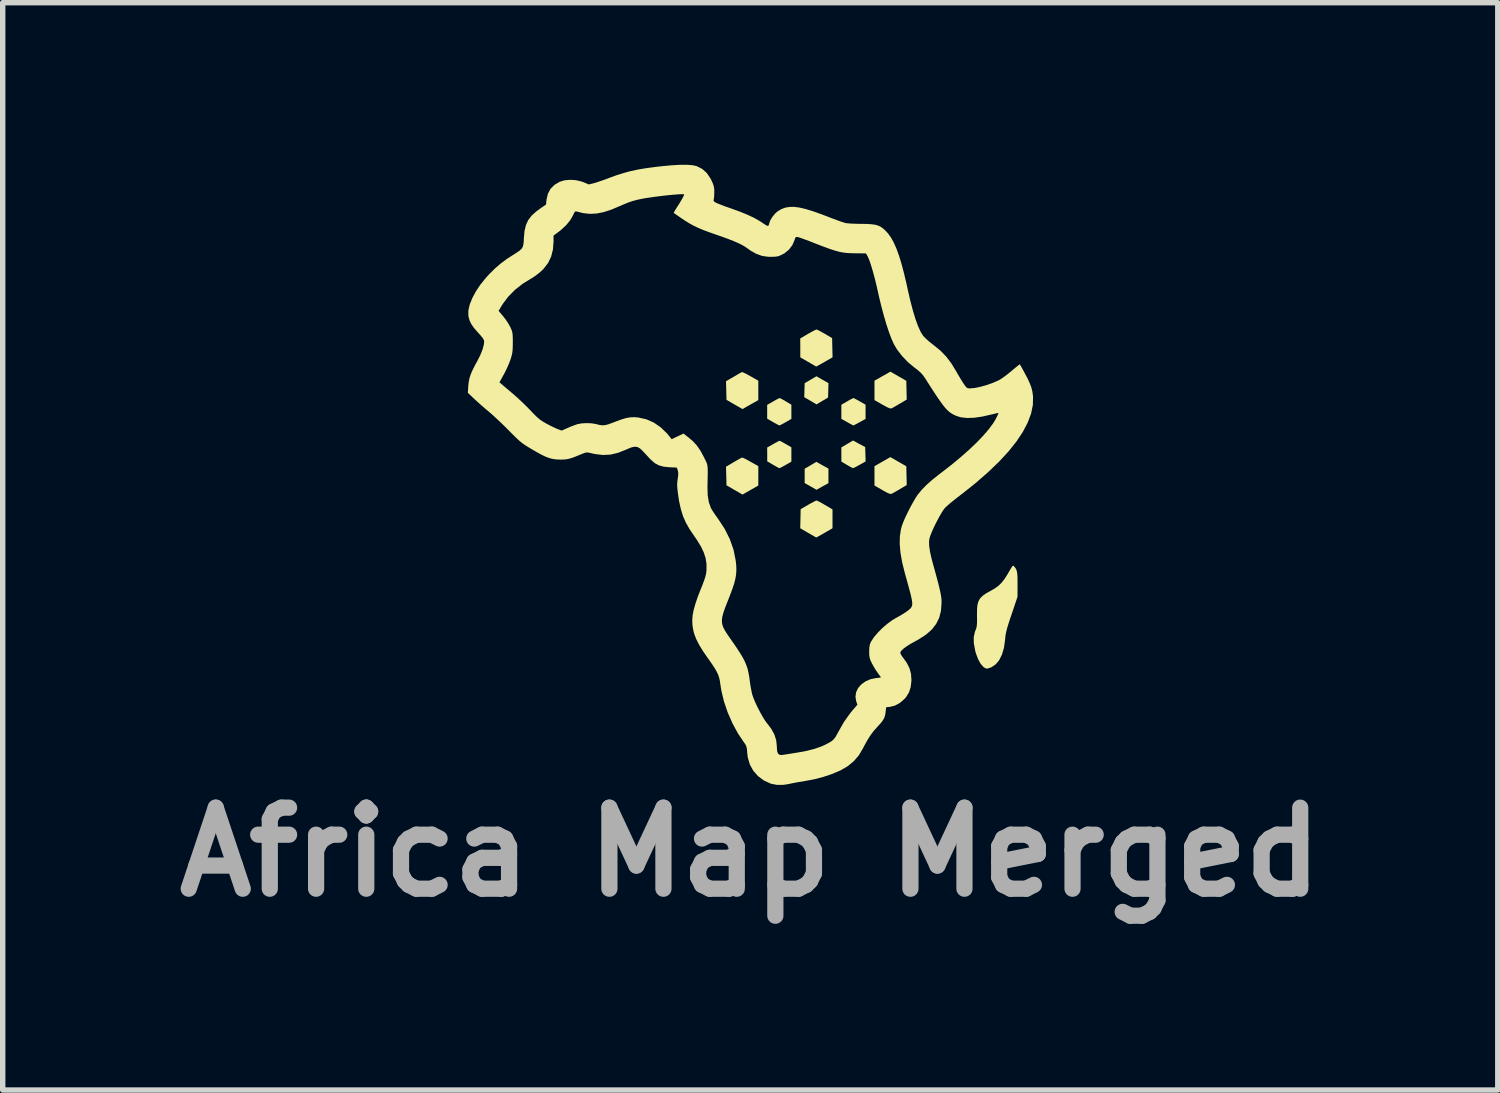
<source format=kicad_pcb>
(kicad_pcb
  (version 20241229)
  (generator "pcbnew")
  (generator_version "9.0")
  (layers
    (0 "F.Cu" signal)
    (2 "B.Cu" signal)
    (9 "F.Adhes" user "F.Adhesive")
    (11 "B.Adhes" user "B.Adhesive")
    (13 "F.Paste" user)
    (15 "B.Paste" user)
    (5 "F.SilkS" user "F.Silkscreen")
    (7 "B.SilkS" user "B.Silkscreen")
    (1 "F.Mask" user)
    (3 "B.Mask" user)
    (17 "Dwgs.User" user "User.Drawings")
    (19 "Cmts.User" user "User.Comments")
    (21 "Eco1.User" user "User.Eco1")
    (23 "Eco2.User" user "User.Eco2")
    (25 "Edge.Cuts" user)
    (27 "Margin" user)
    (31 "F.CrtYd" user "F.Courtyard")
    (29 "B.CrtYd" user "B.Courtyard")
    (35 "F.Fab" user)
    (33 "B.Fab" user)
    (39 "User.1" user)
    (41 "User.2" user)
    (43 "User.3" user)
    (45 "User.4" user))
  (footprint "Africa Map Merged"
    (layer "F.Cu")
    (at 10.836 5.735)
    (property "Reference" "Africa Map Merged" (at 0 6.985 0) (layer "F.Fab") (effects (font (size 1.5 1.5) (thickness 0.3))))
    (attr board_only exclude_from_pos_files exclude_from_bom)
    (fp_poly (pts (xy 1.335 -0.174) (xy 1.447 -0.112) (xy 1.447 0.022) (xy 1.447 0.157) (xy 1.336 0.218) (xy 1.226 0.28) (xy 1.117 0.218) (xy 1.007 0.156) (xy 1.007 0.023) (xy 1.007 -0.109) (xy 1.115 -0.173) (xy 1.223 -0.237)) (stroke (width 0) (type solid)) (fill yes) (layer "F.SilkS"))
    (fp_poly (pts (xy 1.336 -1.757) (xy 1.447 -1.694) (xy 1.444 -1.561) (xy 1.44 -1.428) (xy 1.333 -1.364) (xy 1.226 -1.301) (xy 1.112 -1.368) (xy 0.999 -1.434) (xy 1.003 -1.563) (xy 1.007 -1.693) (xy 1.116 -1.757) (xy 1.225 -1.821)) (stroke (width 0) (type solid)) (fill yes) (layer "F.SilkS"))
    (fp_poly (pts (xy -0.135 -1.893) (xy -0.097 -1.876) (xy -0.045 -1.849) (xy 0.005 -1.821) (xy 0.149 -1.739) (xy 0.149 -1.56) (xy 0.149 -1.38) (xy 0.002 -1.297) (xy -0.144 -1.214) (xy -0.292 -1.299) (xy -0.44 -1.385) (xy -0.444 -1.557) (xy -0.449 -1.729) (xy -0.308 -1.811) (xy -0.25 -1.845) (xy -0.201 -1.874) (xy -0.166 -1.892) (xy -0.153 -1.898)) (stroke (width 0) (type solid)) (fill yes) (layer "F.SilkS"))
    (fp_poly (pts (xy -0.135 -0.311) (xy -0.097 -0.294) (xy -0.045 -0.267) (xy 0.005 -0.239) (xy 0.149 -0.157) (xy 0.149 0.022) (xy 0.149 0.201) (xy 0.002 0.285) (xy -0.144 0.368) (xy -0.292 0.283) (xy -0.44 0.197) (xy -0.444 0.025) (xy -0.449 -0.147) (xy -0.308 -0.23) (xy -0.25 -0.264) (xy -0.201 -0.292) (xy -0.166 -0.31) (xy -0.153 -0.316)) (stroke (width 0) (type solid)) (fill yes) (layer "F.SilkS"))
    (fp_poly (pts (xy 2.014 -0.571) (xy 2.127 -0.51) (xy 2.131 -0.378) (xy 2.135 -0.245) (xy 2.024 -0.182) (xy 1.973 -0.154) (xy 1.931 -0.132) (xy 1.905 -0.122) (xy 1.901 -0.121) (xy 1.883 -0.129) (xy 1.846 -0.148) (xy 1.798 -0.176) (xy 1.787 -0.182) (xy 1.686 -0.242) (xy 1.686 -0.373) (xy 1.686 -0.504) (xy 1.794 -0.568) (xy 1.902 -0.632)) (stroke (width 0) (type solid)) (fill yes) (layer "F.SilkS"))
    (fp_poly (pts (xy 2.74 -1.822) (xy 2.888 -1.737) (xy 2.892 -1.563) (xy 2.896 -1.39) (xy 2.773 -1.317) (xy 2.715 -1.283) (xy 2.665 -1.254) (xy 2.629 -1.234) (xy 2.619 -1.229) (xy 2.601 -1.225) (xy 2.575 -1.23) (xy 2.536 -1.247) (xy 2.48 -1.277) (xy 2.444 -1.297) (xy 2.299 -1.38) (xy 2.299 -1.56) (xy 2.299 -1.739) (xy 2.446 -1.823) (xy 2.593 -1.906)) (stroke (width 0) (type solid)) (fill yes) (layer "F.SilkS"))
    (fp_poly (pts (xy 2.74 -0.24) (xy 2.888 -0.155) (xy 2.892 0.018) (xy 2.896 0.192) (xy 2.773 0.265) (xy 2.715 0.299) (xy 2.665 0.328) (xy 2.629 0.348) (xy 2.619 0.353) (xy 2.601 0.357) (xy 2.575 0.352) (xy 2.536 0.335) (xy 2.48 0.305) (xy 2.444 0.285) (xy 2.299 0.201) (xy 2.299 0.022) (xy 2.299 -0.157) (xy 2.446 -0.241) (xy 2.593 -0.325)) (stroke (width 0) (type solid)) (fill yes) (layer "F.SilkS"))
    (fp_poly (pts (xy 0.56 -0.62) (xy 0.596 -0.601) (xy 0.644 -0.574) (xy 0.658 -0.566) (xy 0.761 -0.506) (xy 0.761 -0.374) (xy 0.761 -0.241) (xy 0.655 -0.18) (xy 0.605 -0.152) (xy 0.565 -0.131) (xy 0.542 -0.12) (xy 0.54 -0.12) (xy 0.523 -0.127) (xy 0.488 -0.146) (xy 0.44 -0.173) (xy 0.422 -0.183) (xy 0.314 -0.246) (xy 0.314 -0.374) (xy 0.313 -0.502) (xy 0.422 -0.564) (xy 0.474 -0.593) (xy 0.515 -0.615) (xy 0.54 -0.626) (xy 0.543 -0.627)) (stroke (width 0) (type solid)) (fill yes) (layer "F.SilkS"))
    (fp_poly (pts (xy 0.561 -1.411) (xy 0.596 -1.392) (xy 0.644 -1.365) (xy 0.658 -1.356) (xy 0.761 -1.295) (xy 0.761 -1.164) (xy 0.761 -1.032) (xy 0.655 -0.971) (xy 0.605 -0.943) (xy 0.565 -0.922) (xy 0.542 -0.911) (xy 0.54 -0.911) (xy 0.523 -0.918) (xy 0.487 -0.937) (xy 0.439 -0.963) (xy 0.422 -0.973) (xy 0.313 -1.036) (xy 0.313 -1.164) (xy 0.313 -1.292) (xy 0.424 -1.355) (xy 0.475 -1.384) (xy 0.516 -1.405) (xy 0.541 -1.417) (xy 0.544 -1.418)) (stroke (width 0) (type solid)) (fill yes) (layer "F.SilkS"))
    (fp_poly (pts (xy 1.245 0.485) (xy 1.283 0.504) (xy 1.335 0.533) (xy 1.382 0.56) (xy 1.522 0.643) (xy 1.522 0.818) (xy 1.522 0.992) (xy 1.374 1.078) (xy 1.315 1.112) (xy 1.266 1.139) (xy 1.233 1.157) (xy 1.221 1.163) (xy 1.207 1.155) (xy 1.173 1.136) (xy 1.123 1.107) (xy 1.071 1.077) (xy 0.925 0.992) (xy 0.929 0.815) (xy 0.933 0.638) (xy 1.072 0.558) (xy 1.13 0.525) (xy 1.18 0.499) (xy 1.214 0.482) (xy 1.226 0.478)) (stroke (width 0) (type solid)) (fill yes) (layer "F.SilkS"))
    (fp_poly (pts (xy 1.247 -2.679) (xy 1.286 -2.659) (xy 1.339 -2.63) (xy 1.38 -2.607) (xy 1.515 -2.527) (xy 1.519 -2.349) (xy 1.523 -2.171) (xy 1.374 -2.086) (xy 1.315 -2.052) (xy 1.266 -2.025) (xy 1.233 -2.007) (xy 1.221 -2.001) (xy 1.207 -2.009) (xy 1.173 -2.028) (xy 1.123 -2.057) (xy 1.071 -2.087) (xy 0.926 -2.171) (xy 0.926 -2.346) (xy 0.925 -2.521) (xy 1.066 -2.604) (xy 1.125 -2.637) (xy 1.175 -2.664) (xy 1.212 -2.681) (xy 1.226 -2.686)) (stroke (width 0) (type solid)) (fill yes) (layer "F.SilkS"))
    (fp_poly (pts (xy 1.927 -1.411) (xy 1.963 -1.392) (xy 2.012 -1.365) (xy 2.028 -1.356) (xy 2.134 -1.294) (xy 2.134 -1.163) (xy 2.134 -1.032) (xy 2.024 -0.971) (xy 1.973 -0.943) (xy 1.933 -0.922) (xy 1.911 -0.912) (xy 1.908 -0.911) (xy 1.894 -0.918) (xy 1.859 -0.936) (xy 1.812 -0.962) (xy 1.795 -0.972) (xy 1.686 -1.032) (xy 1.686 -1.163) (xy 1.686 -1.294) (xy 1.793 -1.356) (xy 1.843 -1.385) (xy 1.884 -1.406) (xy 1.907 -1.417) (xy 1.91 -1.418)) (stroke (width 0) (type solid)) (fill yes) (layer "F.SilkS"))
    (fp_poly (pts (xy 4.874 1.688) (xy 4.883 1.698) (xy 4.907 1.727) (xy 4.924 1.757) (xy 4.935 1.792) (xy 4.942 1.839) (xy 4.946 1.902) (xy 4.947 1.988) (xy 4.947 2.03) (xy 4.946 2.261) (xy 4.838 2.582) (xy 4.801 2.691) (xy 4.773 2.778) (xy 4.752 2.848) (xy 4.738 2.906) (xy 4.727 2.958) (xy 4.72 3.01) (xy 4.716 3.06) (xy 4.695 3.206) (xy 4.658 3.331) (xy 4.607 3.434) (xy 4.541 3.512) (xy 4.461 3.566) (xy 4.4 3.587) (xy 4.364 3.588) (xy 4.327 3.568) (xy 4.313 3.557) (xy 4.262 3.498) (xy 4.216 3.413) (xy 4.176 3.306) (xy 4.163 3.257) (xy 4.138 3.124) (xy 4.136 3.007) (xy 4.158 2.908) (xy 4.167 2.886) (xy 4.18 2.853) (xy 4.189 2.821) (xy 4.194 2.782) (xy 4.197 2.731) (xy 4.197 2.66) (xy 4.196 2.607) (xy 4.197 2.497) (xy 4.204 2.412) (xy 4.223 2.344) (xy 4.254 2.289) (xy 4.302 2.241) (xy 4.37 2.194) (xy 4.451 2.149) (xy 4.53 2.103) (xy 4.594 2.056) (xy 4.65 2.002) (xy 4.703 1.935) (xy 4.758 1.849) (xy 4.794 1.787) (xy 4.826 1.732) (xy 4.847 1.7) (xy 4.862 1.687)) (stroke (width 0) (type solid)) (fill yes) (layer "F.SilkS"))
    (fp_poly (pts (xy -1.068 -5.727) (xy -0.993 -5.711) (xy -0.987 -5.708) (xy -0.889 -5.658) (xy -0.807 -5.585) (xy -0.739 -5.486) (xy -0.722 -5.454) (xy -0.692 -5.389) (xy -0.675 -5.337) (xy -0.667 -5.285) (xy -0.666 -5.242) (xy -0.667 -5.183) (xy -0.67 -5.131) (xy -0.675 -5.101) (xy -0.68 -5.073) (xy -0.669 -5.055) (xy -0.638 -5.035) (xy -0.63 -5.031) (xy -0.596 -5.016) (xy -0.54 -4.994) (xy -0.47 -4.967) (xy -0.39 -4.939) (xy -0.35 -4.925) (xy -0.185 -4.865) (xy -0.046 -4.808) (xy 0.071 -4.753) (xy 0.169 -4.697) (xy 0.207 -4.673) (xy 0.265 -4.634) (xy 0.303 -4.611) (xy 0.326 -4.604) (xy 0.339 -4.611) (xy 0.346 -4.631) (xy 0.349 -4.646) (xy 0.371 -4.708) (xy 0.412 -4.775) (xy 0.464 -4.837) (xy 0.513 -4.878) (xy 0.579 -4.916) (xy 0.649 -4.942) (xy 0.726 -4.955) (xy 0.813 -4.956) (xy 0.912 -4.943) (xy 1.027 -4.916) (xy 1.161 -4.875) (xy 1.316 -4.82) (xy 1.431 -4.776) (xy 1.519 -4.742) (xy 1.602 -4.711) (xy 1.674 -4.685) (xy 1.73 -4.667) (xy 1.761 -4.657) (xy 1.8 -4.652) (xy 1.862 -4.647) (xy 1.938 -4.644) (xy 2.022 -4.642) (xy 2.053 -4.642) (xy 2.164 -4.64) (xy 2.251 -4.634) (xy 2.32 -4.624) (xy 2.376 -4.606) (xy 2.424 -4.581) (xy 2.471 -4.545) (xy 2.488 -4.53) (xy 2.548 -4.467) (xy 2.603 -4.391) (xy 2.655 -4.297) (xy 2.705 -4.185) (xy 2.753 -4.053) (xy 2.801 -3.897) (xy 2.848 -3.717) (xy 2.897 -3.509) (xy 2.91 -3.447) (xy 2.96 -3.228) (xy 3.01 -3.037) (xy 3.059 -2.876) (xy 3.107 -2.745) (xy 3.154 -2.642) (xy 3.198 -2.572) (xy 3.229 -2.538) (xy 3.278 -2.492) (xy 3.337 -2.442) (xy 3.399 -2.394) (xy 3.52 -2.295) (xy 3.624 -2.188) (xy 3.717 -2.067) (xy 3.805 -1.923) (xy 3.846 -1.852) (xy 3.889 -1.779) (xy 3.929 -1.715) (xy 3.945 -1.69) (xy 3.978 -1.642) (xy 4.001 -1.615) (xy 4.023 -1.601) (xy 4.05 -1.597) (xy 4.071 -1.597) (xy 4.155 -1.604) (xy 4.256 -1.625) (xy 4.367 -1.656) (xy 4.48 -1.695) (xy 4.587 -1.741) (xy 4.612 -1.754) (xy 4.651 -1.778) (xy 4.706 -1.817) (xy 4.769 -1.865) (xy 4.833 -1.917) (xy 4.835 -1.919) (xy 4.891 -1.966) (xy 4.938 -2.005) (xy 4.972 -2.031) (xy 4.989 -2.042) (xy 4.99 -2.042) (xy 4.998 -2.028) (xy 5.018 -1.993) (xy 5.046 -1.942) (xy 5.078 -1.882) (xy 5.134 -1.777) (xy 5.174 -1.689) (xy 5.203 -1.613) (xy 5.221 -1.541) (xy 5.231 -1.467) (xy 5.234 -1.439) (xy 5.23 -1.288) (xy 5.197 -1.129) (xy 5.135 -0.964) (xy 5.045 -0.792) (xy 4.927 -0.614) (xy 4.78 -0.43) (xy 4.605 -0.241) (xy 4.402 -0.046) (xy 4.172 0.155) (xy 3.914 0.36) (xy 3.855 0.405) (xy 3.783 0.461) (xy 3.714 0.517) (xy 3.655 0.567) (xy 3.611 0.608) (xy 3.596 0.624) (xy 3.564 0.668) (xy 3.525 0.732) (xy 3.481 0.811) (xy 3.436 0.897) (xy 3.394 0.984) (xy 3.358 1.065) (xy 3.331 1.134) (xy 3.316 1.184) (xy 3.315 1.184) (xy 3.309 1.248) (xy 3.312 1.326) (xy 3.326 1.42) (xy 3.351 1.535) (xy 3.382 1.653) (xy 3.423 1.8) (xy 3.456 1.922) (xy 3.482 2.022) (xy 3.502 2.103) (xy 3.517 2.17) (xy 3.528 2.225) (xy 3.535 2.271) (xy 3.539 2.313) (xy 3.54 2.354) (xy 3.54 2.38) (xy 3.529 2.523) (xy 3.496 2.651) (xy 3.439 2.765) (xy 3.358 2.869) (xy 3.25 2.963) (xy 3.115 3.05) (xy 3.062 3.079) (xy 2.966 3.132) (xy 2.887 3.182) (xy 2.827 3.228) (xy 2.789 3.266) (xy 2.776 3.296) (xy 2.785 3.322) (xy 2.807 3.359) (xy 2.818 3.373) (xy 2.895 3.48) (xy 2.947 3.582) (xy 2.975 3.686) (xy 2.983 3.798) (xy 2.982 3.826) (xy 2.968 3.937) (xy 2.938 4.029) (xy 2.888 4.111) (xy 2.857 4.148) (xy 2.772 4.223) (xy 2.679 4.274) (xy 2.593 4.296) (xy 2.515 4.305) (xy 2.504 4.399) (xy 2.496 4.452) (xy 2.481 4.499) (xy 2.457 4.543) (xy 2.419 4.594) (xy 2.364 4.655) (xy 2.342 4.679) (xy 2.278 4.752) (xy 2.221 4.829) (xy 2.165 4.918) (xy 2.106 5.026) (xy 2.085 5.067) (xy 2.009 5.195) (xy 1.916 5.303) (xy 1.803 5.396) (xy 1.667 5.475) (xy 1.506 5.543) (xy 1.502 5.544) (xy 1.34 5.598) (xy 1.18 5.639) (xy 1.009 5.671) (xy 0.963 5.679) (xy 0.886 5.691) (xy 0.81 5.705) (xy 0.747 5.718) (xy 0.717 5.725) (xy 0.608 5.742) (xy 0.497 5.742) (xy 0.395 5.723) (xy 0.377 5.718) (xy 0.25 5.659) (xy 0.143 5.579) (xy 0.056 5.48) (xy -0.008 5.364) (xy -0.046 5.235) (xy -0.056 5.152) (xy -0.061 5.087) (xy -0.069 5.042) (xy -0.081 5.008) (xy -0.102 4.975) (xy -0.115 4.957) (xy -0.228 4.789) (xy -0.33 4.601) (xy -0.418 4.4) (xy -0.488 4.194) (xy -0.536 3.991) (xy -0.553 3.884) (xy -0.562 3.818) (xy -0.575 3.761) (xy -0.593 3.706) (xy -0.619 3.65) (xy -0.655 3.587) (xy -0.703 3.513) (xy -0.767 3.421) (xy -0.791 3.388) (xy -0.879 3.26) (xy -0.947 3.148) (xy -0.998 3.048) (xy -1.034 2.957) (xy -1.051 2.895) (xy -1.068 2.802) (xy -1.074 2.71) (xy -1.068 2.613) (xy -1.049 2.509) (xy -1.016 2.391) (xy -0.97 2.256) (xy -0.922 2.134) (xy -0.883 2.037) (xy -0.855 1.961) (xy -0.835 1.902) (xy -0.822 1.853) (xy -0.814 1.809) (xy -0.81 1.765) (xy -0.81 1.761) (xy -0.81 1.65) (xy -0.827 1.544) (xy -0.861 1.438) (xy -0.915 1.326) (xy -0.991 1.203) (xy -1.037 1.136) (xy -1.124 1.008) (xy -1.192 0.888) (xy -1.245 0.767) (xy -1.285 0.637) (xy -1.317 0.493) (xy -1.336 0.366) (xy -1.347 0.281) (xy -1.352 0.217) (xy -1.353 0.163) (xy -1.348 0.113) (xy -1.343 0.08) (xy -1.334 0.013) (xy -1.333 -0.036) (xy -1.341 -0.077) (xy -1.342 -0.079) (xy -1.359 -0.131) (xy -1.497 -0.137) (xy -1.604 -0.148) (xy -1.691 -0.172) (xy -1.766 -0.212) (xy -1.837 -0.274) (xy -1.858 -0.295) (xy -1.906 -0.347) (xy -1.957 -0.402) (xy -1.993 -0.44) (xy -2.041 -0.486) (xy -2.087 -0.511) (xy -2.136 -0.518) (xy -2.195 -0.506) (xy -2.27 -0.476) (xy -2.296 -0.464) (xy -2.445 -0.405) (xy -2.587 -0.371) (xy -2.729 -0.364) (xy -2.877 -0.382) (xy -2.944 -0.397) (xy -2.991 -0.408) (xy -3.026 -0.411) (xy -3.059 -0.405) (xy -3.104 -0.388) (xy -3.123 -0.38) (xy -3.214 -0.343) (xy -3.283 -0.316) (xy -3.339 -0.298) (xy -3.388 -0.287) (xy -3.436 -0.281) (xy -3.491 -0.279) (xy -3.515 -0.279) (xy -3.586 -0.281) (xy -3.651 -0.29) (xy -3.716 -0.306) (xy -3.786 -0.332) (xy -3.866 -0.37) (xy -3.96 -0.422) (xy -4.044 -0.471) (xy -4.113 -0.512) (xy -4.17 -0.548) (xy -4.218 -0.582) (xy -4.265 -0.619) (xy -4.314 -0.664) (xy -4.372 -0.72) (xy -4.444 -0.792) (xy -4.469 -0.818) (xy -4.547 -0.896) (xy -4.63 -0.976) (xy -4.711 -1.052) (xy -4.783 -1.118) (xy -4.842 -1.168) (xy -4.842 -1.169) (xy -4.914 -1.229) (xy -4.991 -1.296) (xy -5.063 -1.361) (xy -5.109 -1.403) (xy -5.227 -1.515) (xy -5.219 -1.643) (xy -5.211 -1.716) (xy -5.197 -1.784) (xy -5.175 -1.854) (xy -5.141 -1.933) (xy -5.095 -2.025) (xy -5.05 -2.106) (xy -4.995 -2.216) (xy -4.954 -2.319) (xy -4.93 -2.41) (xy -4.925 -2.466) (xy -4.931 -2.492) (xy -4.95 -2.526) (xy -4.986 -2.571) (xy -5.039 -2.63) (xy -5.111 -2.712) (xy -5.162 -2.785) (xy -5.195 -2.853) (xy -5.214 -2.923) (xy -5.218 -2.952) (xy -5.217 -3.031) (xy -4.658 -3.031) (xy -4.573 -2.931) (xy -4.526 -2.87) (xy -4.48 -2.801) (xy -4.445 -2.739) (xy -4.442 -2.732) (xy -4.422 -2.689) (xy -4.409 -2.653) (xy -4.401 -2.617) (xy -4.397 -2.571) (xy -4.395 -2.51) (xy -4.395 -2.447) (xy -4.396 -2.363) (xy -4.399 -2.3) (xy -4.406 -2.247) (xy -4.418 -2.195) (xy -4.436 -2.136) (xy -4.437 -2.132) (xy -4.464 -2.061) (xy -4.5 -1.978) (xy -4.54 -1.895) (xy -4.561 -1.856) (xy -4.642 -1.709) (xy -4.607 -1.679) (xy -4.584 -1.659) (xy -4.543 -1.624) (xy -4.488 -1.578) (xy -4.426 -1.525) (xy -4.39 -1.495) (xy -4.311 -1.425) (xy -4.225 -1.345) (xy -4.141 -1.263) (xy -4.069 -1.19) (xy -4.06 -1.18) (xy -3.994 -1.111) (xy -3.941 -1.06) (xy -3.894 -1.02) (xy -3.844 -0.986) (xy -3.786 -0.952) (xy -3.772 -0.944) (xy -3.706 -0.909) (xy -3.64 -0.877) (xy -3.585 -0.852) (xy -3.562 -0.842) (xy -3.49 -0.816) (xy -3.381 -0.864) (xy -3.318 -0.891) (xy -3.254 -0.915) (xy -3.203 -0.933) (xy -3.201 -0.934) (xy -3.122 -0.949) (xy -3.029 -0.954) (xy -2.934 -0.95) (xy -2.852 -0.936) (xy -2.842 -0.933) (xy -2.786 -0.919) (xy -2.737 -0.913) (xy -2.686 -0.917) (xy -2.627 -0.932) (xy -2.552 -0.959) (xy -2.503 -0.978) (xy -2.393 -1.019) (xy -2.301 -1.047) (xy -2.22 -1.061) (xy -2.142 -1.064) (xy -2.073 -1.058) (xy -1.924 -1.025) (xy -1.784 -0.963) (xy -1.655 -0.874) (xy -1.536 -0.758) (xy -1.499 -0.712) (xy -1.455 -0.656) (xy -1.346 -0.708) (xy -1.236 -0.761) (xy -1.15 -0.694) (xy -1.061 -0.619) (xy -0.988 -0.539) (xy -0.923 -0.445) (xy -0.862 -0.332) (xy -0.839 -0.286) (xy -0.821 -0.25) (xy -0.807 -0.218) (xy -0.797 -0.186) (xy -0.791 -0.151) (xy -0.788 -0.107) (xy -0.787 -0.05) (xy -0.788 0.024) (xy -0.79 0.12) (xy -0.792 0.224) (xy -0.788 0.379) (xy -0.767 0.509) (xy -0.73 0.614) (xy -0.728 0.619) (xy -0.706 0.656) (xy -0.672 0.709) (xy -0.63 0.77) (xy -0.597 0.815) (xy -0.473 1.004) (xy -0.378 1.194) (xy -0.31 1.388) (xy -0.27 1.587) (xy -0.269 1.597) (xy -0.259 1.685) (xy -0.257 1.767) (xy -0.262 1.846) (xy -0.276 1.929) (xy -0.299 2.019) (xy -0.334 2.123) (xy -0.38 2.245) (xy -0.416 2.337) (xy -0.463 2.456) (xy -0.497 2.553) (xy -0.518 2.633) (xy -0.526 2.701) (xy -0.52 2.763) (xy -0.502 2.822) (xy -0.469 2.885) (xy -0.424 2.956) (xy -0.404 2.985) (xy -0.315 3.112) (xy -0.242 3.219) (xy -0.183 3.311) (xy -0.136 3.389) (xy -0.1 3.46) (xy -0.072 3.526) (xy -0.05 3.592) (xy -0.034 3.661) (xy -0.02 3.737) (xy -0.008 3.824) (xy 0.003 3.902) (xy 0.017 3.978) (xy 0.03 4.042) (xy 0.038 4.074) (xy 0.062 4.142) (xy 0.097 4.225) (xy 0.14 4.315) (xy 0.187 4.405) (xy 0.234 4.488) (xy 0.276 4.556) (xy 0.305 4.594) (xy 0.389 4.704) (xy 0.446 4.809) (xy 0.48 4.916) (xy 0.492 5.029) (xy 0.492 5.043) (xy 0.497 5.115) (xy 0.513 5.162) (xy 0.542 5.185) (xy 0.585 5.189) (xy 0.597 5.187) (xy 0.631 5.182) (xy 0.688 5.173) (xy 0.759 5.162) (xy 0.837 5.149) (xy 0.849 5.148) (xy 1.03 5.115) (xy 1.186 5.076) (xy 1.318 5.03) (xy 1.4 4.992) (xy 1.466 4.957) (xy 1.514 4.926) (xy 1.55 4.892) (xy 1.582 4.848) (xy 1.616 4.786) (xy 1.632 4.757) (xy 1.733 4.579) (xy 1.844 4.422) (xy 1.904 4.349) (xy 1.983 4.258) (xy 1.961 4.195) (xy 1.947 4.11) (xy 1.959 4.028) (xy 1.995 3.951) (xy 2.053 3.884) (xy 2.13 3.828) (xy 2.222 3.787) (xy 2.326 3.765) (xy 2.332 3.765) (xy 2.378 3.76) (xy 2.409 3.755) (xy 2.418 3.752) (xy 2.409 3.738) (xy 2.388 3.708) (xy 2.361 3.671) (xy 2.323 3.617) (xy 2.283 3.551) (xy 2.253 3.495) (xy 2.226 3.439) (xy 2.21 3.393) (xy 2.203 3.345) (xy 2.201 3.281) (xy 2.201 3.276) (xy 2.203 3.206) (xy 2.211 3.155) (xy 2.225 3.112) (xy 2.236 3.09) (xy 2.287 3.011) (xy 2.359 2.926) (xy 2.444 2.84) (xy 2.537 2.76) (xy 2.63 2.692) (xy 2.693 2.655) (xy 2.782 2.605) (xy 2.86 2.557) (xy 2.922 2.513) (xy 2.965 2.476) (xy 2.983 2.452) (xy 2.991 2.432) (xy 2.997 2.411) (xy 2.998 2.387) (xy 2.996 2.355) (xy 2.99 2.313) (xy 2.978 2.258) (xy 2.961 2.187) (xy 2.937 2.097) (xy 2.906 1.984) (xy 2.868 1.847) (xy 2.86 1.819) (xy 2.811 1.621) (xy 2.78 1.444) (xy 2.766 1.285) (xy 2.769 1.141) (xy 2.789 1.01) (xy 2.806 0.948) (xy 2.831 0.881) (xy 2.867 0.796) (xy 2.913 0.701) (xy 2.962 0.603) (xy 3.013 0.511) (xy 3.06 0.43) (xy 3.099 0.371) (xy 3.172 0.282) (xy 3.262 0.19) (xy 3.371 0.093) (xy 3.504 -0.013) (xy 3.547 -0.045) (xy 3.726 -0.184) (xy 3.895 -0.324) (xy 4.05 -0.461) (xy 4.191 -0.595) (xy 4.313 -0.723) (xy 4.416 -0.843) (xy 4.497 -0.952) (xy 4.544 -1.031) (xy 4.569 -1.081) (xy 4.587 -1.119) (xy 4.594 -1.14) (xy 4.594 -1.141) (xy 4.578 -1.14) (xy 4.541 -1.132) (xy 4.488 -1.119) (xy 4.462 -1.113) (xy 4.295 -1.075) (xy 4.144 -1.053) (xy 4.01 -1.049) (xy 3.895 -1.062) (xy 3.813 -1.088) (xy 3.769 -1.108) (xy 3.729 -1.13) (xy 3.692 -1.155) (xy 3.656 -1.186) (xy 3.618 -1.225) (xy 3.576 -1.276) (xy 3.529 -1.339) (xy 3.474 -1.418) (xy 3.409 -1.515) (xy 3.333 -1.632) (xy 3.244 -1.772) (xy 3.238 -1.781) (xy 3.198 -1.839) (xy 3.154 -1.888) (xy 3.098 -1.937) (xy 3.04 -1.981) (xy 2.917 -2.083) (xy 2.807 -2.199) (xy 2.714 -2.32) (xy 2.657 -2.418) (xy 2.614 -2.514) (xy 2.568 -2.636) (xy 2.52 -2.78) (xy 2.473 -2.94) (xy 2.427 -3.112) (xy 2.383 -3.293) (xy 2.372 -3.343) (xy 2.335 -3.508) (xy 2.298 -3.657) (xy 2.262 -3.787) (xy 2.229 -3.896) (xy 2.199 -3.981) (xy 2.173 -4.04) (xy 2.167 -4.051) (xy 2.14 -4.095) (xy 1.932 -4.097) (xy 1.854 -4.099) (xy 1.785 -4.103) (xy 1.72 -4.111) (xy 1.654 -4.123) (xy 1.584 -4.142) (xy 1.503 -4.167) (xy 1.408 -4.201) (xy 1.293 -4.244) (xy 1.191 -4.284) (xy 1.105 -4.318) (xy 1.026 -4.347) (xy 0.959 -4.372) (xy 0.909 -4.389) (xy 0.882 -4.397) (xy 0.853 -4.4) (xy 0.837 -4.39) (xy 0.825 -4.359) (xy 0.822 -4.348) (xy 0.781 -4.251) (xy 0.717 -4.166) (xy 0.634 -4.097) (xy 0.539 -4.05) (xy 0.515 -4.042) (xy 0.47 -4.035) (xy 0.409 -4.032) (xy 0.342 -4.032) (xy 0.336 -4.032) (xy 0.221 -4.048) (xy 0.113 -4.086) (xy 0.005 -4.147) (xy -0.042 -4.181) (xy -0.094 -4.217) (xy -0.152 -4.251) (xy -0.222 -4.286) (xy -0.306 -4.322) (xy -0.408 -4.362) (xy -0.533 -4.408) (xy -0.627 -4.44) (xy -0.76 -4.487) (xy -0.87 -4.528) (xy -0.963 -4.567) (xy -1.045 -4.606) (xy -1.121 -4.648) (xy -1.198 -4.695) (xy -1.269 -4.742) (xy -1.325 -4.781) (xy -1.372 -4.813) (xy -1.404 -4.836) (xy -1.416 -4.845) (xy -1.411 -4.858) (xy -1.393 -4.891) (xy -1.365 -4.936) (xy -1.355 -4.952) (xy -1.314 -5.015) (xy -1.278 -5.076) (xy -1.248 -5.129) (xy -1.229 -5.169) (xy -1.224 -5.187) (xy -1.238 -5.191) (xy -1.277 -5.191) (xy -1.337 -5.188) (xy -1.412 -5.182) (xy -1.5 -5.174) (xy -1.595 -5.164) (xy -1.692 -5.152) (xy -1.787 -5.14) (xy -1.876 -5.127) (xy -1.955 -5.115) (xy -1.977 -5.111) (xy -2.084 -5.089) (xy -2.176 -5.065) (xy -2.265 -5.034) (xy -2.362 -4.994) (xy -2.42 -4.969) (xy -2.576 -4.903) (xy -2.717 -4.858) (xy -2.846 -4.833) (xy -2.968 -4.827) (xy -3.09 -4.84) (xy -3.215 -4.871) (xy -3.216 -4.871) (xy -3.235 -4.873) (xy -3.251 -4.859) (xy -3.269 -4.825) (xy -3.282 -4.797) (xy -3.333 -4.708) (xy -3.409 -4.616) (xy -3.505 -4.527) (xy -3.55 -4.492) (xy -3.641 -4.425) (xy -3.641 -4.317) (xy -3.652 -4.167) (xy -3.686 -4.034) (xy -3.743 -3.916) (xy -3.826 -3.81) (xy -3.864 -3.772) (xy -3.922 -3.722) (xy -3.987 -3.673) (xy -4.045 -3.635) (xy -4.055 -3.63) (xy -4.211 -3.534) (xy -4.354 -3.421) (xy -4.479 -3.295) (xy -4.58 -3.161) (xy -4.599 -3.131) (xy -4.658 -3.031) (xy -5.217 -3.031) (xy -5.216 -3.046) (xy -5.191 -3.153) (xy -5.144 -3.269) (xy -5.078 -3.392) (xy -4.994 -3.518) (xy -4.893 -3.643) (xy -4.829 -3.713) (xy -4.721 -3.82) (xy -4.616 -3.91) (xy -4.503 -3.994) (xy -4.394 -4.064) (xy -4.32 -4.111) (xy -4.267 -4.148) (xy -4.232 -4.181) (xy -4.21 -4.216) (xy -4.199 -4.259) (xy -4.193 -4.316) (xy -4.19 -4.38) (xy -4.178 -4.51) (xy -4.152 -4.619) (xy -4.11 -4.711) (xy -4.047 -4.794) (xy -3.96 -4.872) (xy -3.888 -4.925) (xy -3.78 -5) (xy -3.771 -5.09) (xy -3.746 -5.198) (xy -3.697 -5.29) (xy -3.623 -5.364) (xy -3.529 -5.42) (xy -3.441 -5.447) (xy -3.338 -5.457) (xy -3.23 -5.451) (xy -3.127 -5.427) (xy -3.087 -5.413) (xy -2.988 -5.371) (xy -2.893 -5.395) (xy -2.842 -5.41) (xy -2.772 -5.434) (xy -2.692 -5.461) (xy -2.613 -5.491) (xy -2.611 -5.492) (xy -2.474 -5.542) (xy -2.343 -5.583) (xy -2.214 -5.618) (xy -2.078 -5.647) (xy -1.929 -5.672) (xy -1.761 -5.695) (xy -1.634 -5.709) (xy -1.451 -5.726) (xy -1.296 -5.735) (xy -1.168 -5.735)) (stroke (width 0) (type solid)) (fill yes) (layer "F.SilkS")))
  (gr_rect
    (start -3 -3)
    (end 24.671 17.124)
    (stroke (width 0.1) (type default))
    (fill no)
    (layer "Edge.Cuts")))
</source>
